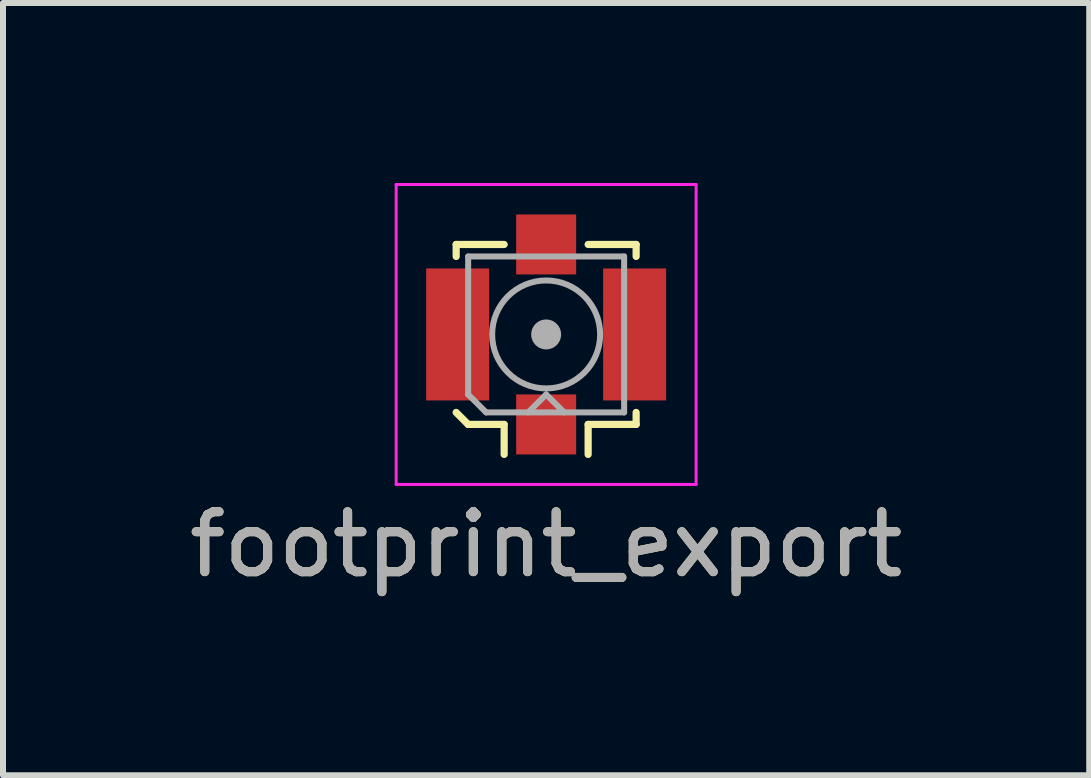
<source format=kicad_pcb>
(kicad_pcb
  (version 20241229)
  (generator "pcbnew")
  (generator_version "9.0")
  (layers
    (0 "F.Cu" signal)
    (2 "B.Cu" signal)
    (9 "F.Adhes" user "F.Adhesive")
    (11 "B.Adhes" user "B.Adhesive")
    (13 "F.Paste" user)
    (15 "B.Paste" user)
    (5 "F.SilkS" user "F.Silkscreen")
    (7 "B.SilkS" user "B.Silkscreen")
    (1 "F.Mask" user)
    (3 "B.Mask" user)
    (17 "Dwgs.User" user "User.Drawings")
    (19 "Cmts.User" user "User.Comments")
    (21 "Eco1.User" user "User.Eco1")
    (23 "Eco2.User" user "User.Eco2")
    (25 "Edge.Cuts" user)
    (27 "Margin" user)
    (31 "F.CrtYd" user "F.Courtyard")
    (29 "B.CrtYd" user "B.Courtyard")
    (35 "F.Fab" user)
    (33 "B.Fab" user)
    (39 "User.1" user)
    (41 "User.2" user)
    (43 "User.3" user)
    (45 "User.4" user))
  (footprint "footprint_export"
    (layer "F.Cu")
    (at 6.054 2.525)
    (property "Reference" "footprint_export" (at 0 3.5 0) (layer "F.SilkS") (effects (font (size 1 1) (thickness 0.15))))
    (attr smd)
    (fp_line (start -1.5 -1.5) (end -0.7 -1.5) (stroke (width 0.12) (type solid)) (layer "F.SilkS"))
    (fp_line (start -1.5 -1.3) (end -1.5 -1.5) (stroke (width 0.12) (type solid)) (layer "F.SilkS"))
    (fp_line (start -1.3 1.5) (end -1.5 1.3) (stroke (width 0.12) (type solid)) (layer "F.SilkS"))
    (fp_line (start -0.7 1.5) (end -1.3 1.5) (stroke (width 0.12) (type solid)) (layer "F.SilkS"))
    (fp_line (start -0.7 1.5) (end -0.7 2) (stroke (width 0.12) (type solid)) (layer "F.SilkS"))
    (fp_line (start 0.7 -1.5) (end 1.5 -1.5) (stroke (width 0.12) (type solid)) (layer "F.SilkS"))
    (fp_line (start 0.7 1.5) (end 0.7 2) (stroke (width 0.12) (type solid)) (layer "F.SilkS"))
    (fp_line (start 1.5 -1.5) (end 1.5 -1.3) (stroke (width 0.12) (type solid)) (layer "F.SilkS"))
    (fp_line (start 1.5 1.3) (end 1.5 1.5) (stroke (width 0.12) (type solid)) (layer "F.SilkS"))
    (fp_line (start 1.5 1.5) (end 0.7 1.5) (stroke (width 0.12) (type solid)) (layer "F.SilkS"))
    (fp_line (start -2.5 -2.5) (end -2.5 2.5) (stroke (width 0.05) (type solid)) (layer "F.CrtYd"))
    (fp_line (start -2.5 2.5) (end 2.5 2.5) (stroke (width 0.05) (type solid)) (layer "F.CrtYd"))
    (fp_line (start 2.5 -2.5) (end -2.5 -2.5) (stroke (width 0.05) (type solid)) (layer "F.CrtYd"))
    (fp_line (start 2.5 2.5) (end 2.5 -2.5) (stroke (width 0.05) (type solid)) (layer "F.CrtYd"))
    (fp_line (start -1.3 -1.3) (end -1.3 1) (stroke (width 0.1) (type solid)) (layer "F.Fab"))
    (fp_line (start -1.3 -1.3) (end 1.3 -1.3) (stroke (width 0.1) (type solid)) (layer "F.Fab"))
    (fp_line (start -1.3 1) (end -1 1.3) (stroke (width 0.1) (type solid)) (layer "F.Fab"))
    (fp_line (start -1 1.3) (end 1.3 1.3) (stroke (width 0.1) (type solid)) (layer "F.Fab"))
    (fp_line (start -0.3 1.3) (end 0 1) (stroke (width 0.1) (type solid)) (layer "F.Fab"))
    (fp_line (start 0 1) (end 0.3 1.3) (stroke (width 0.1) (type solid)) (layer "F.Fab"))
    (fp_line (start 1.3 -1.3) (end 1.3 1.3) (stroke (width 0.1) (type solid)) (layer "F.Fab"))
    (fp_circle (center 0 0) (end 0 0.05) (stroke (width 0.1) (type solid)) (fill no) (layer "F.Fab"))
    (fp_circle (center 0 0) (end 0 0.125) (stroke (width 0.1) (type solid)) (fill no) (layer "F.Fab"))
    (fp_circle (center 0 0) (end 0 0.2) (stroke (width 0.1) (type solid)) (fill no) (layer "F.Fab"))
    (fp_circle (center 0 0) (end 0.9 0) (stroke (width 0.1) (type solid)) (fill no) (layer "F.Fab"))
    (fp_text user "${REFERENCE}" (at 0 3.5 0) (layer "F.Fab") (effects (font (size 1 1) (thickness 0.15))))
    (pad "1" smd rect (at 0 1.5) (size 1 1) (layers "F.Cu" "F.Mask" "F.Paste"))
    (pad "2" smd rect (at -1.475 0) (size 1.05 2.2) (layers "F.Cu" "F.Mask" "F.Paste"))
    (pad "2" smd rect (at 0 -1.5) (size 1 1) (layers "F.Cu" "F.Mask" "F.Paste"))
    (pad "2" smd rect (at 1.475 0) (size 1.05 2.2) (layers "F.Cu" "F.Mask" "F.Paste")))
  (gr_rect
    (start -3 -3)
    (end 15.107 9.873)
    (stroke (width 0.1) (type default))
    (fill no)
    (layer "Edge.Cuts")))
</source>
